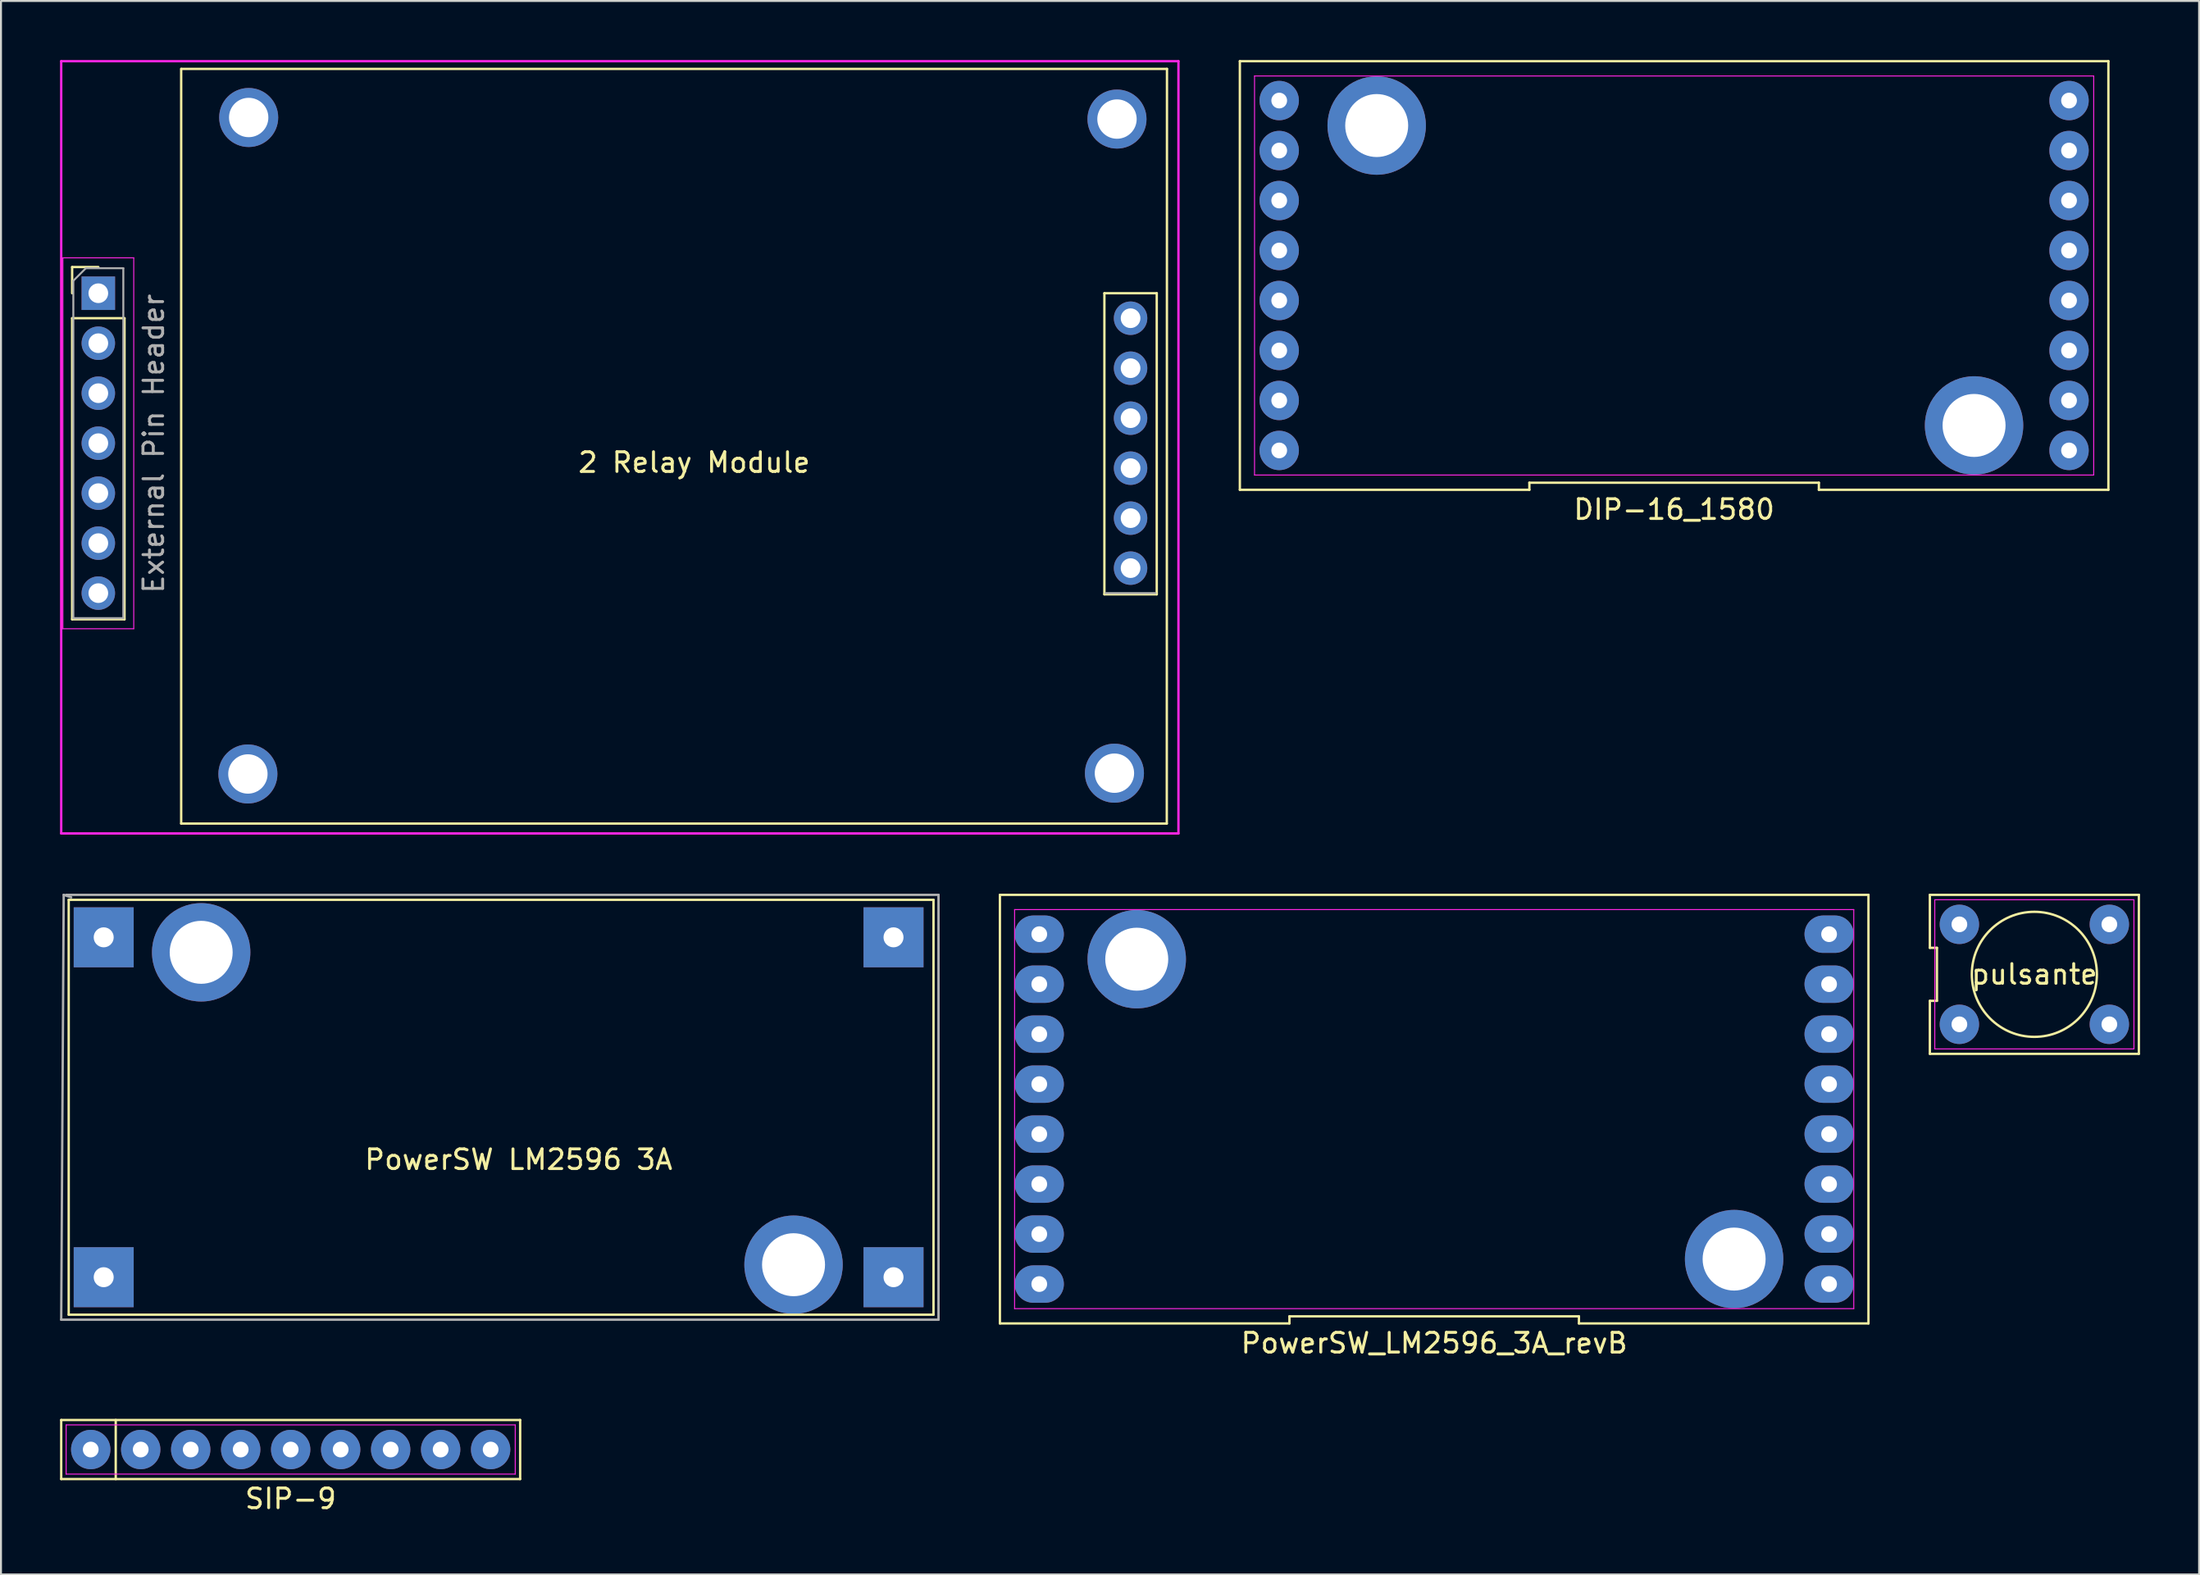
<source format=kicad_pcb>
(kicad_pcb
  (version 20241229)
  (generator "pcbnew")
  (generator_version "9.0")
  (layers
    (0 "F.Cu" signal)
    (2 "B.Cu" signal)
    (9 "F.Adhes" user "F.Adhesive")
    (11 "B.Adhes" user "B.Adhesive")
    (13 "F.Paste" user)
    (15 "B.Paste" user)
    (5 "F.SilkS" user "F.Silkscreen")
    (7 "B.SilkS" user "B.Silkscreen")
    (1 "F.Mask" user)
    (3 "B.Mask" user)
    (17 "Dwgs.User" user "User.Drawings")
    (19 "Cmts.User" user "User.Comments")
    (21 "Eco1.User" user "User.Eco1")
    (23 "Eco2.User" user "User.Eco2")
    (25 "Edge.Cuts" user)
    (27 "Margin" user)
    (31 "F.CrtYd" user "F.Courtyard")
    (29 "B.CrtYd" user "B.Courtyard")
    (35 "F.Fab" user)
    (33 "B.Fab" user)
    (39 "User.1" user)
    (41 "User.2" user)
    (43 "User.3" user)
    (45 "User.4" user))
  (footprint "DIP-16_1580"
    (layer "F.Cu")
    (at 81.888 10.95)
    (property "Reference" "DIP-16_1580" (at 0.127 11.89 180) (layer "F.SilkS") (effects (font (size 1 1) (thickness 0.15))))
    (attr through_hole)
    (fp_line (start -21.939 -10.89) (end -21.939 10.89) (stroke (width 0.12) (type solid)) (layer "F.SilkS"))
    (fp_line (start -21.939 10.89) (end -7.228 10.89) (stroke (width 0.12) (type solid)) (layer "F.SilkS"))
    (fp_line (start -7.228 10.53) (end 7.482 10.53) (stroke (width 0.12) (type solid)) (layer "F.SilkS"))
    (fp_line (start -7.228 10.89) (end -7.228 10.53) (stroke (width 0.12) (type solid)) (layer "F.SilkS"))
    (fp_line (start 7.482 10.53) (end 7.482 10.89) (stroke (width 0.12) (type solid)) (layer "F.SilkS"))
    (fp_line (start 7.482 10.89) (end 22.193 10.89) (stroke (width 0.12) (type solid)) (layer "F.SilkS"))
    (fp_line (start 22.193 -10.89) (end -21.939 -10.89) (stroke (width 0.12) (type solid)) (layer "F.SilkS"))
    (fp_line (start 22.193 10.89) (end 22.193 -10.89) (stroke (width 0.12) (type solid)) (layer "F.SilkS"))
    (fp_line (start -21.193 -10.14) (end 21.447 -10.14) (stroke (width 0.05) (type solid)) (layer "F.CrtYd"))
    (fp_line (start -21.193 10.14) (end -21.193 -10.14) (stroke (width 0.05) (type solid)) (layer "F.CrtYd"))
    (fp_line (start 21.447 -10.14) (end 21.447 10.14) (stroke (width 0.05) (type solid)) (layer "F.CrtYd"))
    (fp_line (start 21.447 10.14) (end -21.193 10.14) (stroke (width 0.05) (type solid)) (layer "F.CrtYd"))
    (pad "1" thru_hole circle (at 20.193 8.89 90) (size 2 2) (drill 0.8) (layers "*.Cu" "*.Mask"))
    (pad "2" thru_hole circle (at 20.193 6.35 90) (size 2 2) (drill 0.8) (layers "*.Cu" "*.Mask"))
    (pad "3" thru_hole circle (at 20.193 3.81 90) (size 2 2) (drill 0.8) (layers "*.Cu" "*.Mask"))
    (pad "4" thru_hole circle (at 20.193 1.27 90) (size 2 2) (drill 0.8) (layers "*.Cu" "*.Mask"))
    (pad "5" thru_hole circle (at 20.193 -1.27 90) (size 2 2) (drill 0.8) (layers "*.Cu" "*.Mask"))
    (pad "6" thru_hole circle (at 20.193 -3.81 90) (size 2 2) (drill 0.8) (layers "*.Cu" "*.Mask"))
    (pad "7" thru_hole circle (at 20.193 -6.35 90) (size 2 2) (drill 0.8) (layers "*.Cu" "*.Mask"))
    (pad "8" thru_hole circle (at 20.193 -8.89 90) (size 2 2) (drill 0.8) (layers "*.Cu" "*.Mask"))
    (pad "9" thru_hole circle (at -19.939 -8.89 90) (size 2 2) (drill 0.8) (layers "*.Cu" "*.Mask"))
    (pad "10" thru_hole circle (at -19.939 -6.35 90) (size 2 2) (drill 0.8) (layers "*.Cu" "*.Mask"))
    (pad "11" thru_hole circle (at -19.939 -3.81 90) (size 2 2) (drill 0.8) (layers "*.Cu" "*.Mask"))
    (pad "12" thru_hole circle (at -19.939 -1.27 90) (size 2 2) (drill 0.8) (layers "*.Cu" "*.Mask"))
    (pad "13" thru_hole circle (at -19.939 1.27 90) (size 2 2) (drill 0.8) (layers "*.Cu" "*.Mask"))
    (pad "14" thru_hole circle (at -19.939 3.81 90) (size 2 2) (drill 0.8) (layers "*.Cu" "*.Mask"))
    (pad "15" thru_hole circle (at -19.939 6.35 90) (size 2 2) (drill 0.8) (layers "*.Cu" "*.Mask"))
    (pad "16" thru_hole circle (at -19.939 8.89 90) (size 2 2) (drill 0.8) (layers "*.Cu" "*.Mask"))
    (pad "17" thru_hole circle (at -14.986 -7.62) (size 5 5) (drill 3.2) (layers "*.Cu" "*.Mask"))
    (pad "18" thru_hole circle (at 15.367 7.62) (size 5 5) (drill 3.2) (layers "*.Cu" "*.Mask")))
  (footprint "pulsante"
    (layer "F.Cu")
    (at 100.319 46.463)
    (property "Reference" "pulsante" (at 0 0 180) (layer "F.SilkS") (effects (font (size 1 1) (thickness 0.15))))
    (attr through_hole)
    (fp_line (start -5.31 -4.04) (end -5.31 -1.347) (stroke (width 0.12) (type solid)) (layer "F.SilkS"))
    (fp_line (start -5.31 -1.347) (end -4.95 -1.347) (stroke (width 0.12) (type solid)) (layer "F.SilkS"))
    (fp_line (start -5.31 1.347) (end -5.31 4.04) (stroke (width 0.12) (type solid)) (layer "F.SilkS"))
    (fp_line (start -5.31 4.04) (end 5.31 4.04) (stroke (width 0.12) (type solid)) (layer "F.SilkS"))
    (fp_line (start -4.95 -1.347) (end -4.95 1.347) (stroke (width 0.12) (type solid)) (layer "F.SilkS"))
    (fp_line (start -4.95 1.347) (end -5.31 1.347) (stroke (width 0.12) (type solid)) (layer "F.SilkS"))
    (fp_line (start 5.31 -4.04) (end -5.31 -4.04) (stroke (width 0.12) (type solid)) (layer "F.SilkS"))
    (fp_line (start 5.31 4.04) (end 5.31 -4.04) (stroke (width 0.12) (type solid)) (layer "F.SilkS"))
    (fp_circle (center 0 0) (end 0.127 -3.175) (stroke (width 0.12) (type solid)) (fill no) (layer "F.SilkS"))
    (fp_line (start -5.06 -3.79) (end 5.06 -3.79) (stroke (width 0.05) (type solid)) (layer "F.CrtYd"))
    (fp_line (start -5.06 3.79) (end -5.06 -3.79) (stroke (width 0.05) (type solid)) (layer "F.CrtYd"))
    (fp_line (start 5.06 -3.79) (end 5.06 3.79) (stroke (width 0.05) (type solid)) (layer "F.CrtYd"))
    (fp_line (start 5.06 3.79) (end -5.06 3.79) (stroke (width 0.05) (type solid)) (layer "F.CrtYd"))
    (pad "1" thru_hole circle (at -3.81 2.54) (size 2 2) (drill 0.8) (layers "*.Cu" "*.Mask"))
    (pad "2" thru_hole circle (at 3.81 2.54) (size 2 2) (drill 0.8) (layers "*.Cu" "*.Mask"))
    (pad "3" thru_hole circle (at 3.81 -2.54) (size 2 2) (drill 0.8) (layers "*.Cu" "*.Mask"))
    (pad "4" thru_hole circle (at -3.81 -2.54) (size 2 2) (drill 0.8) (layers "*.Cu" "*.Mask")))
  (footprint "SIP-9"
    (layer "F.Cu")
    (at 11.72 70.611)
    (property "Reference" "SIP-9" (at 0 2.5 0) (layer "F.SilkS") (effects (font (size 1 1) (thickness 0.15))))
    (attr through_hole)
    (fp_line (start -11.66 -1.5) (end 11.66 -1.5) (stroke (width 0.12) (type solid)) (layer "F.SilkS"))
    (fp_line (start -11.66 1.5) (end -11.66 -1.5) (stroke (width 0.12) (type solid)) (layer "F.SilkS"))
    (fp_line (start -8.89 -1.5) (end -8.89 1.5) (stroke (width 0.12) (type solid)) (layer "F.SilkS"))
    (fp_line (start 11.66 -1.5) (end 11.66 1.5) (stroke (width 0.12) (type solid)) (layer "F.SilkS"))
    (fp_line (start 11.66 1.5) (end -11.66 1.5) (stroke (width 0.12) (type solid)) (layer "F.SilkS"))
    (fp_line (start -11.41 -1.25) (end 11.41 -1.25) (stroke (width 0.05) (type solid)) (layer "F.CrtYd"))
    (fp_line (start -11.41 1.25) (end -11.41 -1.25) (stroke (width 0.05) (type solid)) (layer "F.CrtYd"))
    (fp_line (start 11.41 -1.25) (end 11.41 1.25) (stroke (width 0.05) (type solid)) (layer "F.CrtYd"))
    (fp_line (start 11.41 1.25) (end -11.41 1.25) (stroke (width 0.05) (type solid)) (layer "F.CrtYd"))
    (pad "1" thru_hole circle (at -10.16 0) (size 2 2) (drill 0.8) (layers "*.Cu" "*.Mask"))
    (pad "2" thru_hole circle (at -7.62 0) (size 2 2) (drill 0.8) (layers "*.Cu" "*.Mask"))
    (pad "3" thru_hole circle (at -5.08 0) (size 2 2) (drill 0.8) (layers "*.Cu" "*.Mask"))
    (pad "4" thru_hole circle (at -2.54 0) (size 2 2) (drill 0.8) (layers "*.Cu" "*.Mask"))
    (pad "5" thru_hole circle (at 0 0) (size 2 2) (drill 0.8) (layers "*.Cu" "*.Mask"))
    (pad "6" thru_hole circle (at 2.54 0) (size 2 2) (drill 0.8) (layers "*.Cu" "*.Mask"))
    (pad "7" thru_hole circle (at 5.08 0) (size 2 2) (drill 0.8) (layers "*.Cu" "*.Mask"))
    (pad "8" thru_hole circle (at 7.62 0) (size 2 2) (drill 0.8) (layers "*.Cu" "*.Mask"))
    (pad "9" thru_hole circle (at 10.16 0) (size 2 2) (drill 0.8) (layers "*.Cu" "*.Mask")))
  (footprint "PowerSW_LM2596_3A_revB"
    (layer "F.Cu")
    (at 69.696 53.313)
    (property "Reference" "PowerSW_LM2596_3A_revB" (at 0.127 11.89 180) (layer "F.SilkS") (effects (font (size 1 1) (thickness 0.15))))
    (attr through_hole)
    (fp_line (start -21.939 -10.89) (end -21.939 10.89) (stroke (width 0.12) (type solid)) (layer "F.SilkS"))
    (fp_line (start -21.939 10.89) (end -7.228 10.89) (stroke (width 0.12) (type solid)) (layer "F.SilkS"))
    (fp_line (start -7.228 10.53) (end 7.482 10.53) (stroke (width 0.12) (type solid)) (layer "F.SilkS"))
    (fp_line (start -7.228 10.89) (end -7.228 10.53) (stroke (width 0.12) (type solid)) (layer "F.SilkS"))
    (fp_line (start 7.482 10.53) (end 7.482 10.89) (stroke (width 0.12) (type solid)) (layer "F.SilkS"))
    (fp_line (start 7.482 10.89) (end 22.193 10.89) (stroke (width 0.12) (type solid)) (layer "F.SilkS"))
    (fp_line (start 22.193 -10.89) (end -21.939 -10.89) (stroke (width 0.12) (type solid)) (layer "F.SilkS"))
    (fp_line (start 22.193 10.89) (end 22.193 -10.89) (stroke (width 0.12) (type solid)) (layer "F.SilkS"))
    (fp_line (start -21.193 -10.14) (end 21.447 -10.14) (stroke (width 0.05) (type solid)) (layer "F.CrtYd"))
    (fp_line (start -21.193 10.14) (end -21.193 -10.14) (stroke (width 0.05) (type solid)) (layer "F.CrtYd"))
    (fp_line (start 21.447 -10.14) (end 21.447 10.14) (stroke (width 0.05) (type solid)) (layer "F.CrtYd"))
    (fp_line (start 21.447 10.14) (end -21.193 10.14) (stroke (width 0.05) (type solid)) (layer "F.CrtYd"))
    (pad "" thru_hole oval (at -19.939 -6.35 90) (size 1.9 2.5) (drill 0.8) (layers "*.Cu" "*.Mask"))
    (pad "" thru_hole oval (at -19.939 -3.81 90) (size 1.9 2.5) (drill 0.8) (layers "*.Cu" "*.Mask"))
    (pad "" thru_hole oval (at -19.939 -1.27 90) (size 1.9 2.5) (drill 0.8) (layers "*.Cu" "*.Mask"))
    (pad "" thru_hole oval (at -19.939 1.27 90) (size 1.9 2.5) (drill 0.8) (layers "*.Cu" "*.Mask"))
    (pad "" thru_hole oval (at -19.939 3.81 90) (size 1.9 2.5) (drill 0.8) (layers "*.Cu" "*.Mask"))
    (pad "" thru_hole oval (at -19.939 6.35 90) (size 1.9 2.5) (drill 0.8) (layers "*.Cu" "*.Mask"))
    (pad "" thru_hole circle (at -14.986 -7.62) (size 5 5) (drill 3.2) (layers "*.Cu" "*.Mask"))
    (pad "" thru_hole circle (at 15.367 7.62) (size 5 5) (drill 3.2) (layers "*.Cu" "*.Mask"))
    (pad "" thru_hole oval (at 20.193 -6.35 90) (size 1.9 2.5) (drill 0.8) (layers "*.Cu" "*.Mask"))
    (pad "" thru_hole oval (at 20.193 -3.81 90) (size 1.9 2.5) (drill 0.8) (layers "*.Cu" "*.Mask"))
    (pad "" thru_hole oval (at 20.193 -1.27 90) (size 1.9 2.5) (drill 0.8) (layers "*.Cu" "*.Mask"))
    (pad "" thru_hole oval (at 20.193 1.27 90) (size 1.9 2.5) (drill 0.8) (layers "*.Cu" "*.Mask"))
    (pad "" thru_hole oval (at 20.193 3.81 90) (size 1.9 2.5) (drill 0.8) (layers "*.Cu" "*.Mask"))
    (pad "" thru_hole oval (at 20.193 6.35 90) (size 1.9 2.5) (drill 0.8) (layers "*.Cu" "*.Mask"))
    (pad "1" thru_hole oval (at -19.939 -8.89 90) (size 1.9 2.5) (drill 0.8) (layers "*.Cu" "*.Mask"))
    (pad "2" thru_hole oval (at -19.939 8.89 90) (size 1.9 2.5) (drill 0.8) (layers "*.Cu" "*.Mask"))
    (pad "3" thru_hole oval (at 20.193 -8.89 90) (size 1.9 2.5) (drill 0.8) (layers "*.Cu" "*.Mask"))
    (pad "4" thru_hole oval (at 20.193 8.89 90) (size 1.9 2.5) (drill 0.8) (layers "*.Cu" "*.Mask")))
  (footprint "PowerSW LM2596 3A"
    (layer "F.Cu")
    (at 0.441 42.677)
    (property "Reference" "PowerSW LM2596 3A" (at 22.86 13.2 0) (layer "F.SilkS") (effects (font (size 1 1) (thickness 0.15))))
    (attr through_hole)
    (fp_line (start 0 0) (end 43.942 0) (stroke (width 0.12) (type solid)) (layer "F.SilkS"))
    (fp_line (start 0 21.082) (end 0 0) (stroke (width 0.12) (type solid)) (layer "F.SilkS"))
    (fp_line (start 43.942 0) (end 43.942 21.082) (stroke (width 0.12) (type solid)) (layer "F.SilkS"))
    (fp_line (start 43.942 21.082) (end 0 21.082) (stroke (width 0.12) (type solid)) (layer "F.SilkS"))
    (fp_line (start -0.381 21.336) (end -0.254 -0.254) (stroke (width 0.12) (type solid)) (layer "F.Fab"))
    (fp_line (start -0.254 -0.254) (end 0.127 -0.127) (stroke (width 0.12) (type solid)) (layer "F.Fab"))
    (fp_line (start -0.127 -0.254) (end 44.196 -0.254) (stroke (width 0.12) (type solid)) (layer "F.Fab"))
    (fp_line (start 44.196 -0.254) (end 44.196 21.336) (stroke (width 0.12) (type solid)) (layer "F.Fab"))
    (fp_line (start 44.196 21.336) (end -0.381 21.336) (stroke (width 0.12) (type solid)) (layer "F.Fab"))
    (pad "" thru_hole circle (at 6.731 2.667) (size 5 5) (drill 3.2) (layers "*.Cu" "*.Mask"))
    (pad "" thru_hole circle (at 36.83 18.542) (size 5 5) (drill 3.2) (layers "*.Cu" "*.Mask"))
    (pad "1" thru_hole rect (at 1.778 1.905) (size 3.048 3.048) (drill 1.016) (layers "*.Cu" "*.Mask"))
    (pad "2" thru_hole rect (at 1.778 19.177) (size 3.048 3.048) (drill 1.016) (layers "*.Cu" "*.Mask"))
    (pad "3" thru_hole rect (at 41.91 1.905) (size 3.048 3.048) (drill 1.016) (layers "*.Cu" "*.Mask"))
    (pad "4" thru_hole rect (at 41.91 19.177) (size 3.048 3.048) (drill 1.016) (layers "*.Cu" "*.Mask")))
  (footprint "2 Relay Module"
    (layer "F.Cu")
    (at 31.556 19.491)
    (property "Reference" "2 Relay Module" (at 0.67 0.96 0) (layer "F.SilkS") (effects (font (size 1 1) (thickness 0.15))))
    (attr through_hole)
    (fp_line (start -30.94 -8.97) (end -29.61 -8.97) (stroke (width 0.12) (type solid)) (layer "F.SilkS"))
    (fp_line (start -30.94 -7.64) (end -30.94 -8.97) (stroke (width 0.12) (type solid)) (layer "F.SilkS"))
    (fp_line (start -30.94 -6.37) (end -30.94 8.93) (stroke (width 0.12) (type solid)) (layer "F.SilkS"))
    (fp_line (start -30.94 -6.37) (end -28.28 -6.37) (stroke (width 0.12) (type solid)) (layer "F.SilkS"))
    (fp_line (start -30.94 8.93) (end -28.28 8.93) (stroke (width 0.12) (type solid)) (layer "F.SilkS"))
    (fp_line (start -28.28 -6.37) (end -28.28 8.93) (stroke (width 0.12) (type solid)) (layer "F.SilkS"))
    (fp_line (start -25.4 19.31) (end -25.4 -19.04) (stroke (width 0.12) (type solid)) (layer "F.SilkS"))
    (fp_line (start -25.39 -19.04) (end 24.69 -19.04) (stroke (width 0.12) (type solid)) (layer "F.SilkS"))
    (fp_line (start 21.51 -7.64) (end 21.51 7.66) (stroke (width 0.12) (type solid)) (layer "F.SilkS"))
    (fp_line (start 21.51 -7.64) (end 24.17 -7.64) (stroke (width 0.12) (type solid)) (layer "F.SilkS"))
    (fp_line (start 21.51 7.66) (end 24.17 7.66) (stroke (width 0.12) (type solid)) (layer "F.SilkS"))
    (fp_line (start 24.17 -7.64) (end 24.17 7.66) (stroke (width 0.12) (type solid)) (layer "F.SilkS"))
    (fp_line (start 24.68 19.31) (end -25.4 19.31) (stroke (width 0.12) (type solid)) (layer "F.SilkS"))
    (fp_line (start 24.69 -19.04) (end 24.68 19.31) (stroke (width 0.12) (type solid)) (layer "F.SilkS"))
    (fp_line (start -31.496 -19.431) (end 25.273 -19.431) (stroke (width 0.12) (type solid)) (layer "F.CrtYd"))
    (fp_line (start -31.496 19.812) (end -31.496 -19.431) (stroke (width 0.12) (type solid)) (layer "F.CrtYd"))
    (fp_line (start -31.41 -9.44) (end -31.41 9.41) (stroke (width 0.05) (type solid)) (layer "F.CrtYd"))
    (fp_line (start -31.41 9.41) (end -27.81 9.41) (stroke (width 0.05) (type solid)) (layer "F.CrtYd"))
    (fp_line (start -27.81 -9.44) (end -31.41 -9.44) (stroke (width 0.05) (type solid)) (layer "F.CrtYd"))
    (fp_line (start -27.81 9.41) (end -27.81 -9.44) (stroke (width 0.05) (type solid)) (layer "F.CrtYd"))
    (fp_line (start 25.273 -19.431) (end 25.273 19.812) (stroke (width 0.12) (type solid)) (layer "F.CrtYd"))
    (fp_line (start 25.273 19.812) (end -31.496 19.812) (stroke (width 0.12) (type solid)) (layer "F.CrtYd"))
    (fp_line (start -30.88 -8.275) (end -30.245 -8.91) (stroke (width 0.1) (type solid)) (layer "F.Fab"))
    (fp_line (start -30.88 8.87) (end -30.88 -8.275) (stroke (width 0.1) (type solid)) (layer "F.Fab"))
    (fp_line (start -30.245 -8.91) (end -28.34 -8.91) (stroke (width 0.1) (type solid)) (layer "F.Fab"))
    (fp_line (start -28.34 -8.91) (end -28.34 8.87) (stroke (width 0.1) (type solid)) (layer "F.Fab"))
    (fp_line (start -28.34 8.87) (end -30.88 8.87) (stroke (width 0.1) (type solid)) (layer "F.Fab"))
    (fp_line (start 24.11 7.6) (end 21.57 7.6) (stroke (width 0.1) (type solid)) (layer "F.Fab"))
    (fp_text user "External Pin Header" (at -26.797 0 90) (layer "F.Fab") (effects (font (size 1 1) (thickness 0.15))))
    (pad "" thru_hole circle (at -22.01 16.79) (size 3 3) (drill 2) (layers "*.Cu" "*.Mask"))
    (pad "" thru_hole circle (at -21.97 -16.57) (size 3 3) (drill 2) (layers "*.Cu" "*.Mask"))
    (pad "" thru_hole circle (at 22.02 16.75) (size 3 3) (drill 2) (layers "*.Cu" "*.Mask"))
    (pad "" thru_hole circle (at 22.15 -16.49) (size 3 3) (drill 2) (layers "*.Cu" "*.Mask"))
    (pad "1" thru_hole rect (at -29.61 -7.64) (size 1.7 1.7) (drill 1) (layers "*.Cu" "*.Mask"))
    (pad "2" thru_hole oval (at -29.61 -5.1) (size 1.7 1.7) (drill 1) (layers "*.Cu" "*.Mask"))
    (pad "3" thru_hole oval (at -29.61 -2.56) (size 1.7 1.7) (drill 1) (layers "*.Cu" "*.Mask"))
    (pad "4" thru_hole oval (at -29.61 -0.02) (size 1.7 1.7) (drill 1) (layers "*.Cu" "*.Mask"))
    (pad "5" thru_hole oval (at -29.61 2.52) (size 1.7 1.7) (drill 1) (layers "*.Cu" "*.Mask"))
    (pad "6" thru_hole oval (at -29.61 5.06) (size 1.7 1.7) (drill 1) (layers "*.Cu" "*.Mask"))
    (pad "7" thru_hole oval (at -29.61 7.6) (size 1.7 1.7) (drill 1) (layers "*.Cu" "*.Mask"))
    (pad "8" thru_hole oval (at 22.84 -6.37) (size 1.7 1.7) (drill 1) (layers "*.Cu" "*.Mask"))
    (pad "9" thru_hole oval (at 22.84 -3.83) (size 1.7 1.7) (drill 1) (layers "*.Cu" "*.Mask"))
    (pad "10" thru_hole oval (at 22.84 -1.29) (size 1.7 1.7) (drill 1) (layers "*.Cu" "*.Mask"))
    (pad "11" thru_hole oval (at 22.84 1.25) (size 1.7 1.7) (drill 1) (layers "*.Cu" "*.Mask"))
    (pad "12" thru_hole oval (at 22.84 3.79) (size 1.7 1.7) (drill 1) (layers "*.Cu" "*.Mask"))
    (pad "13" thru_hole oval (at 22.84 6.33) (size 1.7 1.7) (drill 1) (layers "*.Cu" "*.Mask")))
  (gr_rect
    (start -3 -3)
    (end 108.689 76.96)
    (stroke (width 0.1) (type default))
    (fill no)
    (layer "Edge.Cuts")))
</source>
